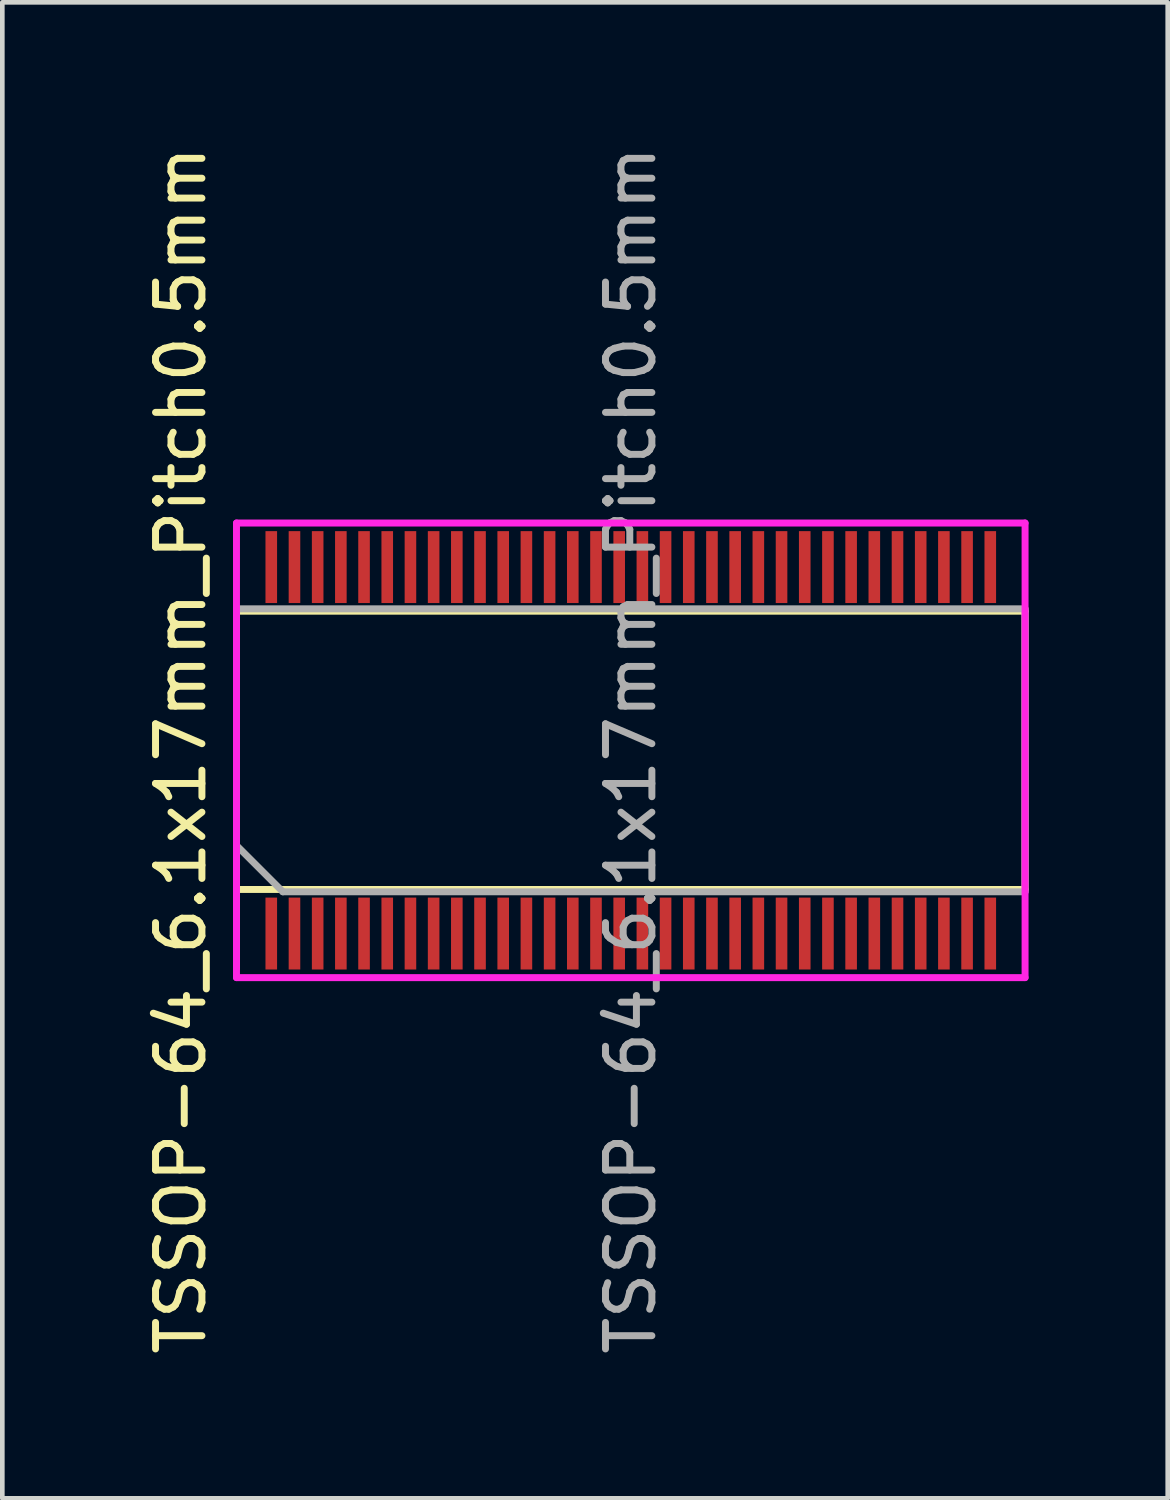
<source format=kicad_pcb>
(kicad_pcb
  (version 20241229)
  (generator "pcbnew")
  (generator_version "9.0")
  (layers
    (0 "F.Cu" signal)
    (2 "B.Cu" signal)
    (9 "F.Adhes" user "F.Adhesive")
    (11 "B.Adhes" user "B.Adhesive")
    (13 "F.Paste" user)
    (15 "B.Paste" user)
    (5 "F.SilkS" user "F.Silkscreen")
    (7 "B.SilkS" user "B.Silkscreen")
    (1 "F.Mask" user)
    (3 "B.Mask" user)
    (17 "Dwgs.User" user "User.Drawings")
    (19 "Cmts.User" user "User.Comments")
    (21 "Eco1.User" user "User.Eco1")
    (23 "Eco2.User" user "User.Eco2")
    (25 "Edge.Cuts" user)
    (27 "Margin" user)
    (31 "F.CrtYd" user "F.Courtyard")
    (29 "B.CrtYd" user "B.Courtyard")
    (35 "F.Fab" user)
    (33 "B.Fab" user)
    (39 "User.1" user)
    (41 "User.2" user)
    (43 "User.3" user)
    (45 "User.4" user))
  (footprint "TSSOP-64_6.1x17mm_Pitch0.5mm"
    (layer "F.Cu")
    (at 10.548 13.125)
    (property "Reference" "TSSOP-64_6.1x17mm_Pitch0.5mm" (at -9.7 0 90) (layer "F.SilkS") (effects (font (size 1 1) (thickness 0.15))))
    (attr smd)
    (fp_line (start -8.5 -3) (end 8.5 -3) (stroke (width 0.15) (type solid)) (layer "F.SilkS"))
    (fp_line (start -8.5 4.7) (end -8.5 -3) (stroke (width 0.15) (type solid)) (layer "F.SilkS"))
    (fp_line (start 8.5 -3) (end 8.5 3) (stroke (width 0.15) (type solid)) (layer "F.SilkS"))
    (fp_line (start 8.5 3) (end -8.5 3) (stroke (width 0.15) (type solid)) (layer "F.SilkS"))
    (fp_line (start -8.5 -4.9) (end 8.5 -4.9) (stroke (width 0.15) (type solid)) (layer "F.CrtYd"))
    (fp_line (start -8.5 4.9) (end -8.5 -4.9) (stroke (width 0.15) (type solid)) (layer "F.CrtYd"))
    (fp_line (start 8.5 -4.9) (end 8.5 4.9) (stroke (width 0.15) (type solid)) (layer "F.CrtYd"))
    (fp_line (start 8.5 4.9) (end -8.5 4.9) (stroke (width 0.15) (type solid)) (layer "F.CrtYd"))
    (fp_line (start -8.5 -3.05) (end 8.5 -3.05) (stroke (width 0.15) (type solid)) (layer "F.Fab"))
    (fp_line (start -8.5 2.05) (end -8.5 -3.05) (stroke (width 0.15) (type solid)) (layer "F.Fab"))
    (fp_line (start -7.5 3.05) (end -8.5 2.05) (stroke (width 0.15) (type solid)) (layer "F.Fab"))
    (fp_line (start 8.5 -3.05) (end 8.5 3.05) (stroke (width 0.15) (type solid)) (layer "F.Fab"))
    (fp_line (start 8.5 3.05) (end -7.5 3.05) (stroke (width 0.15) (type solid)) (layer "F.Fab"))
    (fp_text user "${REFERENCE}" (at 0 0 90) (layer "F.Fab") (effects (font (size 1 1) (thickness 0.15))))
    (pad "1" smd rect (at -7.75 3.95) (size 0.25 1.55) (layers "F.Cu" "F.Mask" "F.Paste"))
    (pad "2" smd rect (at -7.25 3.95) (size 0.25 1.55) (layers "F.Cu" "F.Mask" "F.Paste"))
    (pad "3" smd rect (at -6.75 3.95) (size 0.25 1.55) (layers "F.Cu" "F.Mask" "F.Paste"))
    (pad "4" smd rect (at -6.25 3.95) (size 0.25 1.55) (layers "F.Cu" "F.Mask" "F.Paste"))
    (pad "5" smd rect (at -5.75 3.95) (size 0.25 1.55) (layers "F.Cu" "F.Mask" "F.Paste"))
    (pad "6" smd rect (at -5.25 3.95) (size 0.25 1.55) (layers "F.Cu" "F.Mask" "F.Paste"))
    (pad "7" smd rect (at -4.75 3.95) (size 0.25 1.55) (layers "F.Cu" "F.Mask" "F.Paste"))
    (pad "8" smd rect (at -4.25 3.95) (size 0.25 1.55) (layers "F.Cu" "F.Mask" "F.Paste"))
    (pad "9" smd rect (at -3.75 3.95) (size 0.25 1.55) (layers "F.Cu" "F.Mask" "F.Paste"))
    (pad "10" smd rect (at -3.25 3.95) (size 0.25 1.55) (layers "F.Cu" "F.Mask" "F.Paste"))
    (pad "11" smd rect (at -2.75 3.95) (size 0.25 1.55) (layers "F.Cu" "F.Mask" "F.Paste"))
    (pad "12" smd rect (at -2.25 3.95) (size 0.25 1.55) (layers "F.Cu" "F.Mask" "F.Paste"))
    (pad "13" smd rect (at -1.75 3.95) (size 0.25 1.55) (layers "F.Cu" "F.Mask" "F.Paste"))
    (pad "14" smd rect (at -1.25 3.95) (size 0.25 1.55) (layers "F.Cu" "F.Mask" "F.Paste"))
    (pad "15" smd rect (at -0.75 3.95) (size 0.25 1.55) (layers "F.Cu" "F.Mask" "F.Paste"))
    (pad "16" smd rect (at -0.25 3.95) (size 0.25 1.55) (layers "F.Cu" "F.Mask" "F.Paste"))
    (pad "17" smd rect (at 0.25 3.95) (size 0.25 1.55) (layers "F.Cu" "F.Mask" "F.Paste"))
    (pad "18" smd rect (at 0.75 3.95) (size 0.25 1.55) (layers "F.Cu" "F.Mask" "F.Paste"))
    (pad "19" smd rect (at 1.25 3.95) (size 0.25 1.55) (layers "F.Cu" "F.Mask" "F.Paste"))
    (pad "20" smd rect (at 1.75 3.95) (size 0.25 1.55) (layers "F.Cu" "F.Mask" "F.Paste"))
    (pad "21" smd rect (at 2.25 3.95) (size 0.25 1.55) (layers "F.Cu" "F.Mask" "F.Paste"))
    (pad "22" smd rect (at 2.75 3.95) (size 0.25 1.55) (layers "F.Cu" "F.Mask" "F.Paste"))
    (pad "23" smd rect (at 3.25 3.95) (size 0.25 1.55) (layers "F.Cu" "F.Mask" "F.Paste"))
    (pad "24" smd rect (at 3.75 3.95) (size 0.25 1.55) (layers "F.Cu" "F.Mask" "F.Paste"))
    (pad "25" smd rect (at 4.25 3.95) (size 0.25 1.55) (layers "F.Cu" "F.Mask" "F.Paste"))
    (pad "26" smd rect (at 4.75 3.95) (size 0.25 1.55) (layers "F.Cu" "F.Mask" "F.Paste"))
    (pad "27" smd rect (at 5.25 3.95) (size 0.25 1.55) (layers "F.Cu" "F.Mask" "F.Paste"))
    (pad "28" smd rect (at 5.75 3.95) (size 0.25 1.55) (layers "F.Cu" "F.Mask" "F.Paste"))
    (pad "29" smd rect (at 6.25 3.95) (size 0.25 1.55) (layers "F.Cu" "F.Mask" "F.Paste"))
    (pad "30" smd rect (at 6.75 3.95) (size 0.25 1.55) (layers "F.Cu" "F.Mask" "F.Paste"))
    (pad "31" smd rect (at 7.25 3.95) (size 0.25 1.55) (layers "F.Cu" "F.Mask" "F.Paste"))
    (pad "32" smd rect (at 7.75 3.95) (size 0.25 1.55) (layers "F.Cu" "F.Mask" "F.Paste"))
    (pad "33" smd rect (at 7.75 -3.95) (size 0.25 1.55) (layers "F.Cu" "F.Mask" "F.Paste"))
    (pad "34" smd rect (at 7.25 -3.95) (size 0.25 1.55) (layers "F.Cu" "F.Mask" "F.Paste"))
    (pad "35" smd rect (at 6.75 -3.95) (size 0.25 1.55) (layers "F.Cu" "F.Mask" "F.Paste"))
    (pad "36" smd rect (at 6.25 -3.95) (size 0.25 1.55) (layers "F.Cu" "F.Mask" "F.Paste"))
    (pad "37" smd rect (at 5.75 -3.95) (size 0.25 1.55) (layers "F.Cu" "F.Mask" "F.Paste"))
    (pad "38" smd rect (at 5.25 -3.95) (size 0.25 1.55) (layers "F.Cu" "F.Mask" "F.Paste"))
    (pad "39" smd rect (at 4.75 -3.95) (size 0.25 1.55) (layers "F.Cu" "F.Mask" "F.Paste"))
    (pad "40" smd rect (at 4.25 -3.95) (size 0.25 1.55) (layers "F.Cu" "F.Mask" "F.Paste"))
    (pad "41" smd rect (at 3.75 -3.95) (size 0.25 1.55) (layers "F.Cu" "F.Mask" "F.Paste"))
    (pad "42" smd rect (at 3.25 -3.95) (size 0.25 1.55) (layers "F.Cu" "F.Mask" "F.Paste"))
    (pad "43" smd rect (at 2.75 -3.95) (size 0.25 1.55) (layers "F.Cu" "F.Mask" "F.Paste"))
    (pad "44" smd rect (at 2.25 -3.95) (size 0.25 1.55) (layers "F.Cu" "F.Mask" "F.Paste"))
    (pad "45" smd rect (at 1.75 -3.95) (size 0.25 1.55) (layers "F.Cu" "F.Mask" "F.Paste"))
    (pad "46" smd rect (at 1.25 -3.95) (size 0.25 1.55) (layers "F.Cu" "F.Mask" "F.Paste"))
    (pad "47" smd rect (at 0.75 -3.95) (size 0.25 1.55) (layers "F.Cu" "F.Mask" "F.Paste"))
    (pad "48" smd rect (at 0.25 -3.95) (size 0.25 1.55) (layers "F.Cu" "F.Mask" "F.Paste"))
    (pad "49" smd rect (at -0.25 -3.95) (size 0.25 1.55) (layers "F.Cu" "F.Mask" "F.Paste"))
    (pad "50" smd rect (at -0.75 -3.95) (size 0.25 1.55) (layers "F.Cu" "F.Mask" "F.Paste"))
    (pad "51" smd rect (at -1.25 -3.95) (size 0.25 1.55) (layers "F.Cu" "F.Mask" "F.Paste"))
    (pad "52" smd rect (at -1.75 -3.95) (size 0.25 1.55) (layers "F.Cu" "F.Mask" "F.Paste"))
    (pad "53" smd rect (at -2.25 -3.95) (size 0.25 1.55) (layers "F.Cu" "F.Mask" "F.Paste"))
    (pad "54" smd rect (at -2.75 -3.95) (size 0.25 1.55) (layers "F.Cu" "F.Mask" "F.Paste"))
    (pad "55" smd rect (at -3.25 -3.95) (size 0.25 1.55) (layers "F.Cu" "F.Mask" "F.Paste"))
    (pad "56" smd rect (at -3.75 -3.95) (size 0.25 1.55) (layers "F.Cu" "F.Mask" "F.Paste"))
    (pad "57" smd rect (at -4.25 -3.95) (size 0.25 1.55) (layers "F.Cu" "F.Mask" "F.Paste"))
    (pad "58" smd rect (at -4.75 -3.95) (size 0.25 1.55) (layers "F.Cu" "F.Mask" "F.Paste"))
    (pad "59" smd rect (at -5.25 -3.95) (size 0.25 1.55) (layers "F.Cu" "F.Mask" "F.Paste"))
    (pad "60" smd rect (at -5.75 -3.95) (size 0.25 1.55) (layers "F.Cu" "F.Mask" "F.Paste"))
    (pad "61" smd rect (at -6.25 -3.95) (size 0.25 1.55) (layers "F.Cu" "F.Mask" "F.Paste"))
    (pad "62" smd rect (at -6.75 -3.95) (size 0.25 1.55) (layers "F.Cu" "F.Mask" "F.Paste"))
    (pad "63" smd rect (at -7.25 -3.95) (size 0.25 1.55) (layers "F.Cu" "F.Mask" "F.Paste"))
    (pad "64" smd rect (at -7.75 -3.95) (size 0.25 1.55) (layers "F.Cu" "F.Mask" "F.Paste")))
  (gr_rect
    (start -3 -3)
    (end 22.123 29.25)
    (stroke (width 0.1) (type default))
    (fill no)
    (layer "Edge.Cuts")))
</source>
